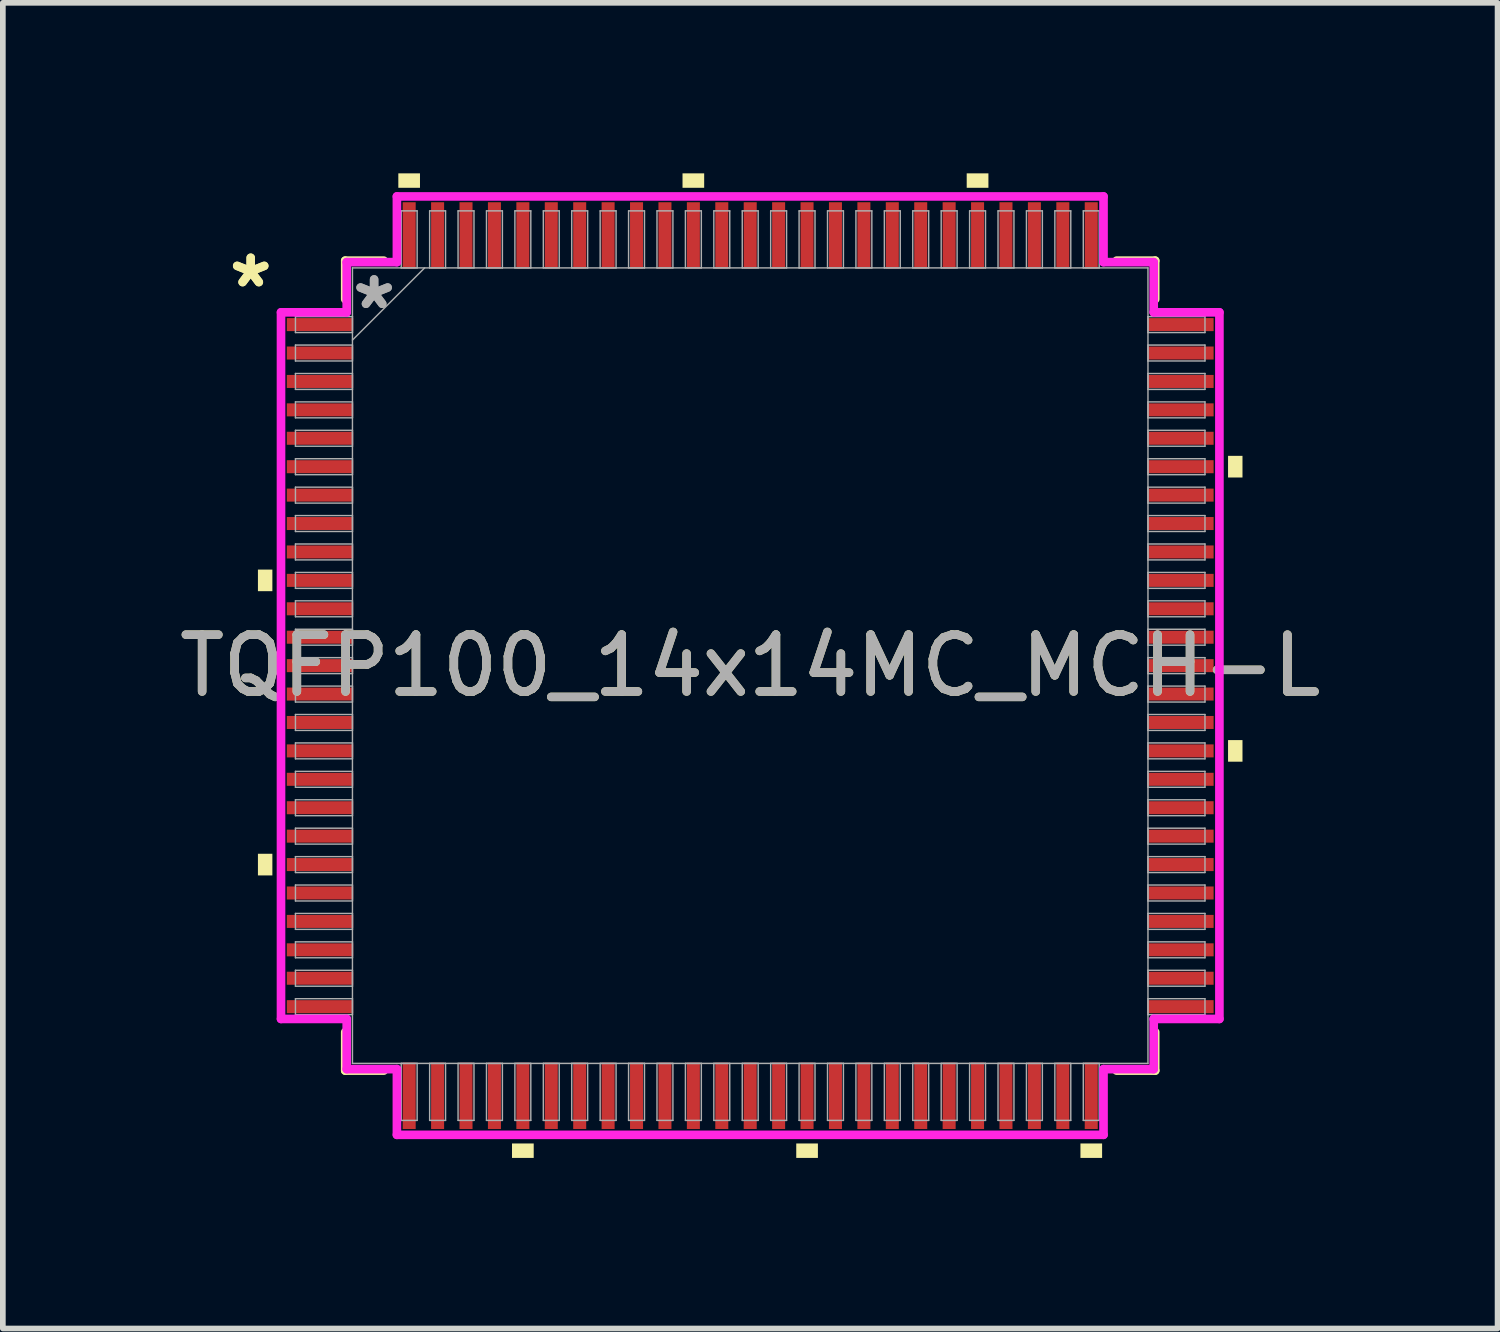
<source format=kicad_pcb>
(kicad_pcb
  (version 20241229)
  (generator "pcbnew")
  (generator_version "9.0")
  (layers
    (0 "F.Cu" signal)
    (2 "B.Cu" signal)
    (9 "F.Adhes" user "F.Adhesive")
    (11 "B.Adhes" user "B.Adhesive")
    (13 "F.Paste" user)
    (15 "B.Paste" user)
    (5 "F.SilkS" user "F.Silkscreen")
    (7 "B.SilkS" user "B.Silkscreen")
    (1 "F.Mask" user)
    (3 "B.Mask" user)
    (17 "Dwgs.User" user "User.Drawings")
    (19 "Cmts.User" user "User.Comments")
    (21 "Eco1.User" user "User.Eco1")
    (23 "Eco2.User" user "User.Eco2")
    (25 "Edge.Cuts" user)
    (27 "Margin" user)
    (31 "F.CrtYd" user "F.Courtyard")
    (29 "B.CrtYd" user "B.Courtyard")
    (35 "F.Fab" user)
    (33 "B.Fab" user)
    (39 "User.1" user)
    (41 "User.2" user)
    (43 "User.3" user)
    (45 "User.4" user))
  (footprint "TQFP100_14x14MC_MCH-L"
    (layer "F.Cu")
    (at 10.149 8.661)
    (property "Reference" "TQFP100_14x14MC_MCH-L" (at 0 0 0) (unlocked yes) (layer "F.SilkS") (effects (font (size 1 1) (thickness 0.15))))
    (attr smd)
    (fp_line (start -7.125 -7.125) (end -7.125 -6.447) (stroke (width 0.152) (type solid)) (layer "F.SilkS"))
    (fp_line (start -7.125 6.447) (end -7.125 7.125) (stroke (width 0.152) (type solid)) (layer "F.SilkS"))
    (fp_line (start -7.125 7.125) (end -6.447 7.125) (stroke (width 0.152) (type solid)) (layer "F.SilkS"))
    (fp_line (start -6.447 -7.125) (end -7.125 -7.125) (stroke (width 0.152) (type solid)) (layer "F.SilkS"))
    (fp_line (start 6.447 7.125) (end 7.125 7.125) (stroke (width 0.152) (type solid)) (layer "F.SilkS"))
    (fp_line (start 7.125 -7.125) (end 6.447 -7.125) (stroke (width 0.152) (type solid)) (layer "F.SilkS"))
    (fp_line (start 7.125 -6.447) (end 7.125 -7.125) (stroke (width 0.152) (type solid)) (layer "F.SilkS"))
    (fp_line (start 7.125 7.125) (end 7.125 6.447) (stroke (width 0.152) (type solid)) (layer "F.SilkS"))
    (fp_poly (pts (xy -8.661 -1.69) (xy -8.661 -1.31) (xy -8.407 -1.31) (xy -8.407 -1.69)) (stroke (width 0) (type solid)) (fill yes) (layer "F.SilkS"))
    (fp_poly (pts (xy -8.661 3.31) (xy -8.661 3.691) (xy -8.407 3.691) (xy -8.407 3.31)) (stroke (width 0) (type solid)) (fill yes) (layer "F.SilkS"))
    (fp_poly (pts (xy -6.191 -8.407) (xy -6.191 -8.661) (xy -5.81 -8.661) (xy -5.81 -8.407)) (stroke (width 0) (type solid)) (fill yes) (layer "F.SilkS"))
    (fp_poly (pts (xy -4.191 8.407) (xy -4.191 8.661) (xy -3.809 8.661) (xy -3.809 8.407)) (stroke (width 0) (type solid)) (fill yes) (layer "F.SilkS"))
    (fp_poly (pts (xy -1.191 -8.407) (xy -1.191 -8.661) (xy -0.81 -8.661) (xy -0.81 -8.407)) (stroke (width 0) (type solid)) (fill yes) (layer "F.SilkS"))
    (fp_poly (pts (xy 0.81 8.407) (xy 0.81 8.661) (xy 1.191 8.661) (xy 1.191 8.407)) (stroke (width 0) (type solid)) (fill yes) (layer "F.SilkS"))
    (fp_poly (pts (xy 3.809 -8.407) (xy 3.809 -8.661) (xy 4.191 -8.661) (xy 4.191 -8.407)) (stroke (width 0) (type solid)) (fill yes) (layer "F.SilkS"))
    (fp_poly (pts (xy 5.81 8.407) (xy 5.81 8.661) (xy 6.191 8.661) (xy 6.191 8.407)) (stroke (width 0) (type solid)) (fill yes) (layer "F.SilkS"))
    (fp_poly (pts (xy 8.661 -3.691) (xy 8.661 -3.31) (xy 8.407 -3.31) (xy 8.407 -3.691)) (stroke (width 0) (type solid)) (fill yes) (layer "F.SilkS"))
    (fp_poly (pts (xy 8.661 1.31) (xy 8.661 1.69) (xy 8.407 1.69) (xy 8.407 1.31)) (stroke (width 0) (type solid)) (fill yes) (layer "F.SilkS"))
    (fp_line (start -8.255 -6.216) (end -7.099 -6.216) (stroke (width 0.152) (type solid)) (layer "F.CrtYd"))
    (fp_line (start -8.255 6.216) (end -8.255 -6.216) (stroke (width 0.152) (type solid)) (layer "F.CrtYd"))
    (fp_line (start -7.099 -7.099) (end -6.216 -7.099) (stroke (width 0.152) (type solid)) (layer "F.CrtYd"))
    (fp_line (start -7.099 -6.216) (end -7.099 -7.099) (stroke (width 0.152) (type solid)) (layer "F.CrtYd"))
    (fp_line (start -7.099 6.216) (end -8.255 6.216) (stroke (width 0.152) (type solid)) (layer "F.CrtYd"))
    (fp_line (start -7.099 7.099) (end -7.099 6.216) (stroke (width 0.152) (type solid)) (layer "F.CrtYd"))
    (fp_line (start -7.099 7.099) (end -6.216 7.099) (stroke (width 0.152) (type solid)) (layer "F.CrtYd"))
    (fp_line (start -6.216 -8.255) (end 6.216 -8.255) (stroke (width 0.152) (type solid)) (layer "F.CrtYd"))
    (fp_line (start -6.216 -7.099) (end -6.216 -8.255) (stroke (width 0.152) (type solid)) (layer "F.CrtYd"))
    (fp_line (start -6.216 7.099) (end -6.216 8.255) (stroke (width 0.152) (type solid)) (layer "F.CrtYd"))
    (fp_line (start -6.216 8.255) (end 6.216 8.255) (stroke (width 0.152) (type solid)) (layer "F.CrtYd"))
    (fp_line (start 6.216 -8.255) (end 6.216 -7.099) (stroke (width 0.152) (type solid)) (layer "F.CrtYd"))
    (fp_line (start 6.216 -7.099) (end 7.099 -7.099) (stroke (width 0.152) (type solid)) (layer "F.CrtYd"))
    (fp_line (start 6.216 7.099) (end 7.099 7.099) (stroke (width 0.152) (type solid)) (layer "F.CrtYd"))
    (fp_line (start 6.216 8.255) (end 6.216 7.099) (stroke (width 0.152) (type solid)) (layer "F.CrtYd"))
    (fp_line (start 7.099 -6.216) (end 7.099 -7.099) (stroke (width 0.152) (type solid)) (layer "F.CrtYd"))
    (fp_line (start 7.099 6.216) (end 8.255 6.216) (stroke (width 0.152) (type solid)) (layer "F.CrtYd"))
    (fp_line (start 7.099 7.099) (end 7.099 6.216) (stroke (width 0.152) (type solid)) (layer "F.CrtYd"))
    (fp_line (start 8.255 -6.216) (end 7.099 -6.216) (stroke (width 0.152) (type solid)) (layer "F.CrtYd"))
    (fp_line (start 8.255 6.216) (end 8.255 -6.216) (stroke (width 0.152) (type solid)) (layer "F.CrtYd"))
    (fp_line (start -8.001 -6.14) (end -8.001 -5.86) (stroke (width 0.025) (type solid)) (layer "F.Fab"))
    (fp_line (start -8.001 -5.86) (end -6.998 -5.86) (stroke (width 0.025) (type solid)) (layer "F.Fab"))
    (fp_line (start -8.001 -5.64) (end -8.001 -5.36) (stroke (width 0.025) (type solid)) (layer "F.Fab"))
    (fp_line (start -8.001 -5.36) (end -6.998 -5.36) (stroke (width 0.025) (type solid)) (layer "F.Fab"))
    (fp_line (start -8.001 -5.14) (end -8.001 -4.86) (stroke (width 0.025) (type solid)) (layer "F.Fab"))
    (fp_line (start -8.001 -4.86) (end -6.998 -4.86) (stroke (width 0.025) (type solid)) (layer "F.Fab"))
    (fp_line (start -8.001 -4.64) (end -8.001 -4.36) (stroke (width 0.025) (type solid)) (layer "F.Fab"))
    (fp_line (start -8.001 -4.36) (end -6.998 -4.36) (stroke (width 0.025) (type solid)) (layer "F.Fab"))
    (fp_line (start -8.001 -4.14) (end -8.001 -3.86) (stroke (width 0.025) (type solid)) (layer "F.Fab"))
    (fp_line (start -8.001 -3.86) (end -6.998 -3.86) (stroke (width 0.025) (type solid)) (layer "F.Fab"))
    (fp_line (start -8.001 -3.64) (end -8.001 -3.36) (stroke (width 0.025) (type solid)) (layer "F.Fab"))
    (fp_line (start -8.001 -3.36) (end -6.998 -3.36) (stroke (width 0.025) (type solid)) (layer "F.Fab"))
    (fp_line (start -8.001 -3.14) (end -8.001 -2.86) (stroke (width 0.025) (type solid)) (layer "F.Fab"))
    (fp_line (start -8.001 -2.86) (end -6.998 -2.86) (stroke (width 0.025) (type solid)) (layer "F.Fab"))
    (fp_line (start -8.001 -2.64) (end -8.001 -2.36) (stroke (width 0.025) (type solid)) (layer "F.Fab"))
    (fp_line (start -8.001 -2.36) (end -6.998 -2.36) (stroke (width 0.025) (type solid)) (layer "F.Fab"))
    (fp_line (start -8.001 -2.14) (end -8.001 -1.86) (stroke (width 0.025) (type solid)) (layer "F.Fab"))
    (fp_line (start -8.001 -1.86) (end -6.998 -1.86) (stroke (width 0.025) (type solid)) (layer "F.Fab"))
    (fp_line (start -8.001 -1.64) (end -8.001 -1.36) (stroke (width 0.025) (type solid)) (layer "F.Fab"))
    (fp_line (start -8.001 -1.36) (end -6.998 -1.36) (stroke (width 0.025) (type solid)) (layer "F.Fab"))
    (fp_line (start -8.001 -1.14) (end -8.001 -0.86) (stroke (width 0.025) (type solid)) (layer "F.Fab"))
    (fp_line (start -8.001 -0.86) (end -6.998 -0.86) (stroke (width 0.025) (type solid)) (layer "F.Fab"))
    (fp_line (start -8.001 -0.64) (end -8.001 -0.36) (stroke (width 0.025) (type solid)) (layer "F.Fab"))
    (fp_line (start -8.001 -0.36) (end -6.998 -0.36) (stroke (width 0.025) (type solid)) (layer "F.Fab"))
    (fp_line (start -8.001 -0.14) (end -8.001 0.14) (stroke (width 0.025) (type solid)) (layer "F.Fab"))
    (fp_line (start -8.001 0.14) (end -6.998 0.14) (stroke (width 0.025) (type solid)) (layer "F.Fab"))
    (fp_line (start -8.001 0.36) (end -8.001 0.64) (stroke (width 0.025) (type solid)) (layer "F.Fab"))
    (fp_line (start -8.001 0.64) (end -6.998 0.64) (stroke (width 0.025) (type solid)) (layer "F.Fab"))
    (fp_line (start -8.001 0.86) (end -8.001 1.14) (stroke (width 0.025) (type solid)) (layer "F.Fab"))
    (fp_line (start -8.001 1.14) (end -6.998 1.14) (stroke (width 0.025) (type solid)) (layer "F.Fab"))
    (fp_line (start -8.001 1.36) (end -8.001 1.64) (stroke (width 0.025) (type solid)) (layer "F.Fab"))
    (fp_line (start -8.001 1.64) (end -6.998 1.64) (stroke (width 0.025) (type solid)) (layer "F.Fab"))
    (fp_line (start -8.001 1.86) (end -8.001 2.14) (stroke (width 0.025) (type solid)) (layer "F.Fab"))
    (fp_line (start -8.001 2.14) (end -6.998 2.14) (stroke (width 0.025) (type solid)) (layer "F.Fab"))
    (fp_line (start -8.001 2.36) (end -8.001 2.64) (stroke (width 0.025) (type solid)) (layer "F.Fab"))
    (fp_line (start -8.001 2.64) (end -6.998 2.64) (stroke (width 0.025) (type solid)) (layer "F.Fab"))
    (fp_line (start -8.001 2.86) (end -8.001 3.14) (stroke (width 0.025) (type solid)) (layer "F.Fab"))
    (fp_line (start -8.001 3.14) (end -6.998 3.14) (stroke (width 0.025) (type solid)) (layer "F.Fab"))
    (fp_line (start -8.001 3.36) (end -8.001 3.64) (stroke (width 0.025) (type solid)) (layer "F.Fab"))
    (fp_line (start -8.001 3.64) (end -6.998 3.64) (stroke (width 0.025) (type solid)) (layer "F.Fab"))
    (fp_line (start -8.001 3.86) (end -8.001 4.14) (stroke (width 0.025) (type solid)) (layer "F.Fab"))
    (fp_line (start -8.001 4.14) (end -6.998 4.14) (stroke (width 0.025) (type solid)) (layer "F.Fab"))
    (fp_line (start -8.001 4.36) (end -8.001 4.64) (stroke (width 0.025) (type solid)) (layer "F.Fab"))
    (fp_line (start -8.001 4.64) (end -6.998 4.64) (stroke (width 0.025) (type solid)) (layer "F.Fab"))
    (fp_line (start -8.001 4.86) (end -8.001 5.14) (stroke (width 0.025) (type solid)) (layer "F.Fab"))
    (fp_line (start -8.001 5.14) (end -6.998 5.14) (stroke (width 0.025) (type solid)) (layer "F.Fab"))
    (fp_line (start -8.001 5.36) (end -8.001 5.64) (stroke (width 0.025) (type solid)) (layer "F.Fab"))
    (fp_line (start -8.001 5.64) (end -6.998 5.64) (stroke (width 0.025) (type solid)) (layer "F.Fab"))
    (fp_line (start -8.001 5.86) (end -8.001 6.14) (stroke (width 0.025) (type solid)) (layer "F.Fab"))
    (fp_line (start -8.001 6.14) (end -6.998 6.14) (stroke (width 0.025) (type solid)) (layer "F.Fab"))
    (fp_line (start -6.998 -6.998) (end -6.998 6.998) (stroke (width 0.025) (type solid)) (layer "F.Fab"))
    (fp_line (start -6.998 -6.14) (end -8.001 -6.14) (stroke (width 0.025) (type solid)) (layer "F.Fab"))
    (fp_line (start -6.998 -5.86) (end -6.998 -6.14) (stroke (width 0.025) (type solid)) (layer "F.Fab"))
    (fp_line (start -6.998 -5.728) (end -5.728 -6.998) (stroke (width 0.025) (type solid)) (layer "F.Fab"))
    (fp_line (start -6.998 -5.64) (end -8.001 -5.64) (stroke (width 0.025) (type solid)) (layer "F.Fab"))
    (fp_line (start -6.998 -5.36) (end -6.998 -5.64) (stroke (width 0.025) (type solid)) (layer "F.Fab"))
    (fp_line (start -6.998 -5.14) (end -8.001 -5.14) (stroke (width 0.025) (type solid)) (layer "F.Fab"))
    (fp_line (start -6.998 -4.86) (end -6.998 -5.14) (stroke (width 0.025) (type solid)) (layer "F.Fab"))
    (fp_line (start -6.998 -4.64) (end -8.001 -4.64) (stroke (width 0.025) (type solid)) (layer "F.Fab"))
    (fp_line (start -6.998 -4.36) (end -6.998 -4.64) (stroke (width 0.025) (type solid)) (layer "F.Fab"))
    (fp_line (start -6.998 -4.14) (end -8.001 -4.14) (stroke (width 0.025) (type solid)) (layer "F.Fab"))
    (fp_line (start -6.998 -3.86) (end -6.998 -4.14) (stroke (width 0.025) (type solid)) (layer "F.Fab"))
    (fp_line (start -6.998 -3.64) (end -8.001 -3.64) (stroke (width 0.025) (type solid)) (layer "F.Fab"))
    (fp_line (start -6.998 -3.36) (end -6.998 -3.64) (stroke (width 0.025) (type solid)) (layer "F.Fab"))
    (fp_line (start -6.998 -3.14) (end -8.001 -3.14) (stroke (width 0.025) (type solid)) (layer "F.Fab"))
    (fp_line (start -6.998 -2.86) (end -6.998 -3.14) (stroke (width 0.025) (type solid)) (layer "F.Fab"))
    (fp_line (start -6.998 -2.64) (end -8.001 -2.64) (stroke (width 0.025) (type solid)) (layer "F.Fab"))
    (fp_line (start -6.998 -2.36) (end -6.998 -2.64) (stroke (width 0.025) (type solid)) (layer "F.Fab"))
    (fp_line (start -6.998 -2.14) (end -8.001 -2.14) (stroke (width 0.025) (type solid)) (layer "F.Fab"))
    (fp_line (start -6.998 -1.86) (end -6.998 -2.14) (stroke (width 0.025) (type solid)) (layer "F.Fab"))
    (fp_line (start -6.998 -1.64) (end -8.001 -1.64) (stroke (width 0.025) (type solid)) (layer "F.Fab"))
    (fp_line (start -6.998 -1.36) (end -6.998 -1.64) (stroke (width 0.025) (type solid)) (layer "F.Fab"))
    (fp_line (start -6.998 -1.14) (end -8.001 -1.14) (stroke (width 0.025) (type solid)) (layer "F.Fab"))
    (fp_line (start -6.998 -0.86) (end -6.998 -1.14) (stroke (width 0.025) (type solid)) (layer "F.Fab"))
    (fp_line (start -6.998 -0.64) (end -8.001 -0.64) (stroke (width 0.025) (type solid)) (layer "F.Fab"))
    (fp_line (start -6.998 -0.36) (end -6.998 -0.64) (stroke (width 0.025) (type solid)) (layer "F.Fab"))
    (fp_line (start -6.998 -0.14) (end -8.001 -0.14) (stroke (width 0.025) (type solid)) (layer "F.Fab"))
    (fp_line (start -6.998 0.14) (end -6.998 -0.14) (stroke (width 0.025) (type solid)) (layer "F.Fab"))
    (fp_line (start -6.998 0.36) (end -8.001 0.36) (stroke (width 0.025) (type solid)) (layer "F.Fab"))
    (fp_line (start -6.998 0.64) (end -6.998 0.36) (stroke (width 0.025) (type solid)) (layer "F.Fab"))
    (fp_line (start -6.998 0.86) (end -8.001 0.86) (stroke (width 0.025) (type solid)) (layer "F.Fab"))
    (fp_line (start -6.998 1.14) (end -6.998 0.86) (stroke (width 0.025) (type solid)) (layer "F.Fab"))
    (fp_line (start -6.998 1.36) (end -8.001 1.36) (stroke (width 0.025) (type solid)) (layer "F.Fab"))
    (fp_line (start -6.998 1.64) (end -6.998 1.36) (stroke (width 0.025) (type solid)) (layer "F.Fab"))
    (fp_line (start -6.998 1.86) (end -8.001 1.86) (stroke (width 0.025) (type solid)) (layer "F.Fab"))
    (fp_line (start -6.998 2.14) (end -6.998 1.86) (stroke (width 0.025) (type solid)) (layer "F.Fab"))
    (fp_line (start -6.998 2.36) (end -8.001 2.36) (stroke (width 0.025) (type solid)) (layer "F.Fab"))
    (fp_line (start -6.998 2.64) (end -6.998 2.36) (stroke (width 0.025) (type solid)) (layer "F.Fab"))
    (fp_line (start -6.998 2.86) (end -8.001 2.86) (stroke (width 0.025) (type solid)) (layer "F.Fab"))
    (fp_line (start -6.998 3.14) (end -6.998 2.86) (stroke (width 0.025) (type solid)) (layer "F.Fab"))
    (fp_line (start -6.998 3.36) (end -8.001 3.36) (stroke (width 0.025) (type solid)) (layer "F.Fab"))
    (fp_line (start -6.998 3.64) (end -6.998 3.36) (stroke (width 0.025) (type solid)) (layer "F.Fab"))
    (fp_line (start -6.998 3.86) (end -8.001 3.86) (stroke (width 0.025) (type solid)) (layer "F.Fab"))
    (fp_line (start -6.998 4.14) (end -6.998 3.86) (stroke (width 0.025) (type solid)) (layer "F.Fab"))
    (fp_line (start -6.998 4.36) (end -8.001 4.36) (stroke (width 0.025) (type solid)) (layer "F.Fab"))
    (fp_line (start -6.998 4.64) (end -6.998 4.36) (stroke (width 0.025) (type solid)) (layer "F.Fab"))
    (fp_line (start -6.998 4.86) (end -8.001 4.86) (stroke (width 0.025) (type solid)) (layer "F.Fab"))
    (fp_line (start -6.998 5.14) (end -6.998 4.86) (stroke (width 0.025) (type solid)) (layer "F.Fab"))
    (fp_line (start -6.998 5.36) (end -8.001 5.36) (stroke (width 0.025) (type solid)) (layer "F.Fab"))
    (fp_line (start -6.998 5.64) (end -6.998 5.36) (stroke (width 0.025) (type solid)) (layer "F.Fab"))
    (fp_line (start -6.998 5.86) (end -8.001 5.86) (stroke (width 0.025) (type solid)) (layer "F.Fab"))
    (fp_line (start -6.998 6.14) (end -6.998 5.86) (stroke (width 0.025) (type solid)) (layer "F.Fab"))
    (fp_line (start -6.998 6.998) (end 6.998 6.998) (stroke (width 0.025) (type solid)) (layer "F.Fab"))
    (fp_line (start -6.14 -8.001) (end -6.14 -6.998) (stroke (width 0.025) (type solid)) (layer "F.Fab"))
    (fp_line (start -6.14 -6.998) (end -5.86 -6.998) (stroke (width 0.025) (type solid)) (layer "F.Fab"))
    (fp_line (start -6.14 6.998) (end -6.14 8.001) (stroke (width 0.025) (type solid)) (layer "F.Fab"))
    (fp_line (start -6.14 8.001) (end -5.86 8.001) (stroke (width 0.025) (type solid)) (layer "F.Fab"))
    (fp_line (start -5.86 -8.001) (end -6.14 -8.001) (stroke (width 0.025) (type solid)) (layer "F.Fab"))
    (fp_line (start -5.86 -6.998) (end -5.86 -8.001) (stroke (width 0.025) (type solid)) (layer "F.Fab"))
    (fp_line (start -5.86 6.998) (end -6.14 6.998) (stroke (width 0.025) (type solid)) (layer "F.Fab"))
    (fp_line (start -5.86 8.001) (end -5.86 6.998) (stroke (width 0.025) (type solid)) (layer "F.Fab"))
    (fp_line (start -5.64 -8.001) (end -5.64 -6.998) (stroke (width 0.025) (type solid)) (layer "F.Fab"))
    (fp_line (start -5.64 -6.998) (end -5.36 -6.998) (stroke (width 0.025) (type solid)) (layer "F.Fab"))
    (fp_line (start -5.64 6.998) (end -5.64 8.001) (stroke (width 0.025) (type solid)) (layer "F.Fab"))
    (fp_line (start -5.64 8.001) (end -5.36 8.001) (stroke (width 0.025) (type solid)) (layer "F.Fab"))
    (fp_line (start -5.36 -8.001) (end -5.64 -8.001) (stroke (width 0.025) (type solid)) (layer "F.Fab"))
    (fp_line (start -5.36 -6.998) (end -5.36 -8.001) (stroke (width 0.025) (type solid)) (layer "F.Fab"))
    (fp_line (start -5.36 6.998) (end -5.64 6.998) (stroke (width 0.025) (type solid)) (layer "F.Fab"))
    (fp_line (start -5.36 8.001) (end -5.36 6.998) (stroke (width 0.025) (type solid)) (layer "F.Fab"))
    (fp_line (start -5.14 -8.001) (end -5.14 -6.998) (stroke (width 0.025) (type solid)) (layer "F.Fab"))
    (fp_line (start -5.14 -6.998) (end -4.86 -6.998) (stroke (width 0.025) (type solid)) (layer "F.Fab"))
    (fp_line (start -5.14 6.998) (end -5.14 8.001) (stroke (width 0.025) (type solid)) (layer "F.Fab"))
    (fp_line (start -5.14 8.001) (end -4.86 8.001) (stroke (width 0.025) (type solid)) (layer "F.Fab"))
    (fp_line (start -4.86 -8.001) (end -5.14 -8.001) (stroke (width 0.025) (type solid)) (layer "F.Fab"))
    (fp_line (start -4.86 -6.998) (end -4.86 -8.001) (stroke (width 0.025) (type solid)) (layer "F.Fab"))
    (fp_line (start -4.86 6.998) (end -5.14 6.998) (stroke (width 0.025) (type solid)) (layer "F.Fab"))
    (fp_line (start -4.86 8.001) (end -4.86 6.998) (stroke (width 0.025) (type solid)) (layer "F.Fab"))
    (fp_line (start -4.64 -8.001) (end -4.64 -6.998) (stroke (width 0.025) (type solid)) (layer "F.Fab"))
    (fp_line (start -4.64 -6.998) (end -4.36 -6.998) (stroke (width 0.025) (type solid)) (layer "F.Fab"))
    (fp_line (start -4.64 6.998) (end -4.64 8.001) (stroke (width 0.025) (type solid)) (layer "F.Fab"))
    (fp_line (start -4.64 8.001) (end -4.36 8.001) (stroke (width 0.025) (type solid)) (layer "F.Fab"))
    (fp_line (start -4.36 -8.001) (end -4.64 -8.001) (stroke (width 0.025) (type solid)) (layer "F.Fab"))
    (fp_line (start -4.36 -6.998) (end -4.36 -8.001) (stroke (width 0.025) (type solid)) (layer "F.Fab"))
    (fp_line (start -4.36 6.998) (end -4.64 6.998) (stroke (width 0.025) (type solid)) (layer "F.Fab"))
    (fp_line (start -4.36 8.001) (end -4.36 6.998) (stroke (width 0.025) (type solid)) (layer "F.Fab"))
    (fp_line (start -4.14 -8.001) (end -4.14 -6.998) (stroke (width 0.025) (type solid)) (layer "F.Fab"))
    (fp_line (start -4.14 -6.998) (end -3.86 -6.998) (stroke (width 0.025) (type solid)) (layer "F.Fab"))
    (fp_line (start -4.14 6.998) (end -4.14 8.001) (stroke (width 0.025) (type solid)) (layer "F.Fab"))
    (fp_line (start -4.14 8.001) (end -3.86 8.001) (stroke (width 0.025) (type solid)) (layer "F.Fab"))
    (fp_line (start -3.86 -8.001) (end -4.14 -8.001) (stroke (width 0.025) (type solid)) (layer "F.Fab"))
    (fp_line (start -3.86 -6.998) (end -3.86 -8.001) (stroke (width 0.025) (type solid)) (layer "F.Fab"))
    (fp_line (start -3.86 6.998) (end -4.14 6.998) (stroke (width 0.025) (type solid)) (layer "F.Fab"))
    (fp_line (start -3.86 8.001) (end -3.86 6.998) (stroke (width 0.025) (type solid)) (layer "F.Fab"))
    (fp_line (start -3.64 -8.001) (end -3.64 -6.998) (stroke (width 0.025) (type solid)) (layer "F.Fab"))
    (fp_line (start -3.64 -6.998) (end -3.36 -6.998) (stroke (width 0.025) (type solid)) (layer "F.Fab"))
    (fp_line (start -3.64 6.998) (end -3.64 8.001) (stroke (width 0.025) (type solid)) (layer "F.Fab"))
    (fp_line (start -3.64 8.001) (end -3.36 8.001) (stroke (width 0.025) (type solid)) (layer "F.Fab"))
    (fp_line (start -3.36 -8.001) (end -3.64 -8.001) (stroke (width 0.025) (type solid)) (layer "F.Fab"))
    (fp_line (start -3.36 -6.998) (end -3.36 -8.001) (stroke (width 0.025) (type solid)) (layer "F.Fab"))
    (fp_line (start -3.36 6.998) (end -3.64 6.998) (stroke (width 0.025) (type solid)) (layer "F.Fab"))
    (fp_line (start -3.36 8.001) (end -3.36 6.998) (stroke (width 0.025) (type solid)) (layer "F.Fab"))
    (fp_line (start -3.14 -8.001) (end -3.14 -6.998) (stroke (width 0.025) (type solid)) (layer "F.Fab"))
    (fp_line (start -3.14 -6.998) (end -2.86 -6.998) (stroke (width 0.025) (type solid)) (layer "F.Fab"))
    (fp_line (start -3.14 6.998) (end -3.14 8.001) (stroke (width 0.025) (type solid)) (layer "F.Fab"))
    (fp_line (start -3.14 8.001) (end -2.86 8.001) (stroke (width 0.025) (type solid)) (layer "F.Fab"))
    (fp_line (start -2.86 -8.001) (end -3.14 -8.001) (stroke (width 0.025) (type solid)) (layer "F.Fab"))
    (fp_line (start -2.86 -6.998) (end -2.86 -8.001) (stroke (width 0.025) (type solid)) (layer "F.Fab"))
    (fp_line (start -2.86 6.998) (end -3.14 6.998) (stroke (width 0.025) (type solid)) (layer "F.Fab"))
    (fp_line (start -2.86 8.001) (end -2.86 6.998) (stroke (width 0.025) (type solid)) (layer "F.Fab"))
    (fp_line (start -2.64 -8.001) (end -2.64 -6.998) (stroke (width 0.025) (type solid)) (layer "F.Fab"))
    (fp_line (start -2.64 -6.998) (end -2.36 -6.998) (stroke (width 0.025) (type solid)) (layer "F.Fab"))
    (fp_line (start -2.64 6.998) (end -2.64 8.001) (stroke (width 0.025) (type solid)) (layer "F.Fab"))
    (fp_line (start -2.64 8.001) (end -2.36 8.001) (stroke (width 0.025) (type solid)) (layer "F.Fab"))
    (fp_line (start -2.36 -8.001) (end -2.64 -8.001) (stroke (width 0.025) (type solid)) (layer "F.Fab"))
    (fp_line (start -2.36 -6.998) (end -2.36 -8.001) (stroke (width 0.025) (type solid)) (layer "F.Fab"))
    (fp_line (start -2.36 6.998) (end -2.64 6.998) (stroke (width 0.025) (type solid)) (layer "F.Fab"))
    (fp_line (start -2.36 8.001) (end -2.36 6.998) (stroke (width 0.025) (type solid)) (layer "F.Fab"))
    (fp_line (start -2.14 -8.001) (end -2.14 -6.998) (stroke (width 0.025) (type solid)) (layer "F.Fab"))
    (fp_line (start -2.14 -6.998) (end -1.86 -6.998) (stroke (width 0.025) (type solid)) (layer "F.Fab"))
    (fp_line (start -2.14 6.998) (end -2.14 8.001) (stroke (width 0.025) (type solid)) (layer "F.Fab"))
    (fp_line (start -2.14 8.001) (end -1.86 8.001) (stroke (width 0.025) (type solid)) (layer "F.Fab"))
    (fp_line (start -1.86 -8.001) (end -2.14 -8.001) (stroke (width 0.025) (type solid)) (layer "F.Fab"))
    (fp_line (start -1.86 -6.998) (end -1.86 -8.001) (stroke (width 0.025) (type solid)) (layer "F.Fab"))
    (fp_line (start -1.86 6.998) (end -2.14 6.998) (stroke (width 0.025) (type solid)) (layer "F.Fab"))
    (fp_line (start -1.86 8.001) (end -1.86 6.998) (stroke (width 0.025) (type solid)) (layer "F.Fab"))
    (fp_line (start -1.64 -8.001) (end -1.64 -6.998) (stroke (width 0.025) (type solid)) (layer "F.Fab"))
    (fp_line (start -1.64 -6.998) (end -1.36 -6.998) (stroke (width 0.025) (type solid)) (layer "F.Fab"))
    (fp_line (start -1.64 6.998) (end -1.64 8.001) (stroke (width 0.025) (type solid)) (layer "F.Fab"))
    (fp_line (start -1.64 8.001) (end -1.36 8.001) (stroke (width 0.025) (type solid)) (layer "F.Fab"))
    (fp_line (start -1.36 -8.001) (end -1.64 -8.001) (stroke (width 0.025) (type solid)) (layer "F.Fab"))
    (fp_line (start -1.36 -6.998) (end -1.36 -8.001) (stroke (width 0.025) (type solid)) (layer "F.Fab"))
    (fp_line (start -1.36 6.998) (end -1.64 6.998) (stroke (width 0.025) (type solid)) (layer "F.Fab"))
    (fp_line (start -1.36 8.001) (end -1.36 6.998) (stroke (width 0.025) (type solid)) (layer "F.Fab"))
    (fp_line (start -1.14 -8.001) (end -1.14 -6.998) (stroke (width 0.025) (type solid)) (layer "F.Fab"))
    (fp_line (start -1.14 -6.998) (end -0.86 -6.998) (stroke (width 0.025) (type solid)) (layer "F.Fab"))
    (fp_line (start -1.14 6.998) (end -1.14 8.001) (stroke (width 0.025) (type solid)) (layer "F.Fab"))
    (fp_line (start -1.14 8.001) (end -0.86 8.001) (stroke (width 0.025) (type solid)) (layer "F.Fab"))
    (fp_line (start -0.86 -8.001) (end -1.14 -8.001) (stroke (width 0.025) (type solid)) (layer "F.Fab"))
    (fp_line (start -0.86 -6.998) (end -0.86 -8.001) (stroke (width 0.025) (type solid)) (layer "F.Fab"))
    (fp_line (start -0.86 6.998) (end -1.14 6.998) (stroke (width 0.025) (type solid)) (layer "F.Fab"))
    (fp_line (start -0.86 8.001) (end -0.86 6.998) (stroke (width 0.025) (type solid)) (layer "F.Fab"))
    (fp_line (start -0.64 -8.001) (end -0.64 -6.998) (stroke (width 0.025) (type solid)) (layer "F.Fab"))
    (fp_line (start -0.64 -6.998) (end -0.36 -6.998) (stroke (width 0.025) (type solid)) (layer "F.Fab"))
    (fp_line (start -0.64 6.998) (end -0.64 8.001) (stroke (width 0.025) (type solid)) (layer "F.Fab"))
    (fp_line (start -0.64 8.001) (end -0.36 8.001) (stroke (width 0.025) (type solid)) (layer "F.Fab"))
    (fp_line (start -0.36 -8.001) (end -0.64 -8.001) (stroke (width 0.025) (type solid)) (layer "F.Fab"))
    (fp_line (start -0.36 -6.998) (end -0.36 -8.001) (stroke (width 0.025) (type solid)) (layer "F.Fab"))
    (fp_line (start -0.36 6.998) (end -0.64 6.998) (stroke (width 0.025) (type solid)) (layer "F.Fab"))
    (fp_line (start -0.36 8.001) (end -0.36 6.998) (stroke (width 0.025) (type solid)) (layer "F.Fab"))
    (fp_line (start -0.14 -8.001) (end -0.14 -6.998) (stroke (width 0.025) (type solid)) (layer "F.Fab"))
    (fp_line (start -0.14 -6.998) (end 0.14 -6.998) (stroke (width 0.025) (type solid)) (layer "F.Fab"))
    (fp_line (start -0.14 6.998) (end -0.14 8.001) (stroke (width 0.025) (type solid)) (layer "F.Fab"))
    (fp_line (start -0.14 8.001) (end 0.14 8.001) (stroke (width 0.025) (type solid)) (layer "F.Fab"))
    (fp_line (start 0.14 -8.001) (end -0.14 -8.001) (stroke (width 0.025) (type solid)) (layer "F.Fab"))
    (fp_line (start 0.14 -6.998) (end 0.14 -8.001) (stroke (width 0.025) (type solid)) (layer "F.Fab"))
    (fp_line (start 0.14 6.998) (end -0.14 6.998) (stroke (width 0.025) (type solid)) (layer "F.Fab"))
    (fp_line (start 0.14 8.001) (end 0.14 6.998) (stroke (width 0.025) (type solid)) (layer "F.Fab"))
    (fp_line (start 0.36 -8.001) (end 0.36 -6.998) (stroke (width 0.025) (type solid)) (layer "F.Fab"))
    (fp_line (start 0.36 -6.998) (end 0.64 -6.998) (stroke (width 0.025) (type solid)) (layer "F.Fab"))
    (fp_line (start 0.36 6.998) (end 0.36 8.001) (stroke (width 0.025) (type solid)) (layer "F.Fab"))
    (fp_line (start 0.36 8.001) (end 0.64 8.001) (stroke (width 0.025) (type solid)) (layer "F.Fab"))
    (fp_line (start 0.64 -8.001) (end 0.36 -8.001) (stroke (width 0.025) (type solid)) (layer "F.Fab"))
    (fp_line (start 0.64 -6.998) (end 0.64 -8.001) (stroke (width 0.025) (type solid)) (layer "F.Fab"))
    (fp_line (start 0.64 6.998) (end 0.36 6.998) (stroke (width 0.025) (type solid)) (layer "F.Fab"))
    (fp_line (start 0.64 8.001) (end 0.64 6.998) (stroke (width 0.025) (type solid)) (layer "F.Fab"))
    (fp_line (start 0.86 -8.001) (end 0.86 -6.998) (stroke (width 0.025) (type solid)) (layer "F.Fab"))
    (fp_line (start 0.86 -6.998) (end 1.14 -6.998) (stroke (width 0.025) (type solid)) (layer "F.Fab"))
    (fp_line (start 0.86 6.998) (end 0.86 8.001) (stroke (width 0.025) (type solid)) (layer "F.Fab"))
    (fp_line (start 0.86 8.001) (end 1.14 8.001) (stroke (width 0.025) (type solid)) (layer "F.Fab"))
    (fp_line (start 1.14 -8.001) (end 0.86 -8.001) (stroke (width 0.025) (type solid)) (layer "F.Fab"))
    (fp_line (start 1.14 -6.998) (end 1.14 -8.001) (stroke (width 0.025) (type solid)) (layer "F.Fab"))
    (fp_line (start 1.14 6.998) (end 0.86 6.998) (stroke (width 0.025) (type solid)) (layer "F.Fab"))
    (fp_line (start 1.14 8.001) (end 1.14 6.998) (stroke (width 0.025) (type solid)) (layer "F.Fab"))
    (fp_line (start 1.36 -8.001) (end 1.36 -6.998) (stroke (width 0.025) (type solid)) (layer "F.Fab"))
    (fp_line (start 1.36 -6.998) (end 1.64 -6.998) (stroke (width 0.025) (type solid)) (layer "F.Fab"))
    (fp_line (start 1.36 6.998) (end 1.36 8.001) (stroke (width 0.025) (type solid)) (layer "F.Fab"))
    (fp_line (start 1.36 8.001) (end 1.64 8.001) (stroke (width 0.025) (type solid)) (layer "F.Fab"))
    (fp_line (start 1.64 -8.001) (end 1.36 -8.001) (stroke (width 0.025) (type solid)) (layer "F.Fab"))
    (fp_line (start 1.64 -6.998) (end 1.64 -8.001) (stroke (width 0.025) (type solid)) (layer "F.Fab"))
    (fp_line (start 1.64 6.998) (end 1.36 6.998) (stroke (width 0.025) (type solid)) (layer "F.Fab"))
    (fp_line (start 1.64 8.001) (end 1.64 6.998) (stroke (width 0.025) (type solid)) (layer "F.Fab"))
    (fp_line (start 1.86 -8.001) (end 1.86 -6.998) (stroke (width 0.025) (type solid)) (layer "F.Fab"))
    (fp_line (start 1.86 -6.998) (end 2.14 -6.998) (stroke (width 0.025) (type solid)) (layer "F.Fab"))
    (fp_line (start 1.86 6.998) (end 1.86 8.001) (stroke (width 0.025) (type solid)) (layer "F.Fab"))
    (fp_line (start 1.86 8.001) (end 2.14 8.001) (stroke (width 0.025) (type solid)) (layer "F.Fab"))
    (fp_line (start 2.14 -8.001) (end 1.86 -8.001) (stroke (width 0.025) (type solid)) (layer "F.Fab"))
    (fp_line (start 2.14 -6.998) (end 2.14 -8.001) (stroke (width 0.025) (type solid)) (layer "F.Fab"))
    (fp_line (start 2.14 6.998) (end 1.86 6.998) (stroke (width 0.025) (type solid)) (layer "F.Fab"))
    (fp_line (start 2.14 8.001) (end 2.14 6.998) (stroke (width 0.025) (type solid)) (layer "F.Fab"))
    (fp_line (start 2.36 -8.001) (end 2.36 -6.998) (stroke (width 0.025) (type solid)) (layer "F.Fab"))
    (fp_line (start 2.36 -6.998) (end 2.64 -6.998) (stroke (width 0.025) (type solid)) (layer "F.Fab"))
    (fp_line (start 2.36 6.998) (end 2.36 8.001) (stroke (width 0.025) (type solid)) (layer "F.Fab"))
    (fp_line (start 2.36 8.001) (end 2.64 8.001) (stroke (width 0.025) (type solid)) (layer "F.Fab"))
    (fp_line (start 2.64 -8.001) (end 2.36 -8.001) (stroke (width 0.025) (type solid)) (layer "F.Fab"))
    (fp_line (start 2.64 -6.998) (end 2.64 -8.001) (stroke (width 0.025) (type solid)) (layer "F.Fab"))
    (fp_line (start 2.64 6.998) (end 2.36 6.998) (stroke (width 0.025) (type solid)) (layer "F.Fab"))
    (fp_line (start 2.64 8.001) (end 2.64 6.998) (stroke (width 0.025) (type solid)) (layer "F.Fab"))
    (fp_line (start 2.86 -8.001) (end 2.86 -6.998) (stroke (width 0.025) (type solid)) (layer "F.Fab"))
    (fp_line (start 2.86 -6.998) (end 3.14 -6.998) (stroke (width 0.025) (type solid)) (layer "F.Fab"))
    (fp_line (start 2.86 6.998) (end 2.86 8.001) (stroke (width 0.025) (type solid)) (layer "F.Fab"))
    (fp_line (start 2.86 8.001) (end 3.14 8.001) (stroke (width 0.025) (type solid)) (layer "F.Fab"))
    (fp_line (start 3.14 -8.001) (end 2.86 -8.001) (stroke (width 0.025) (type solid)) (layer "F.Fab"))
    (fp_line (start 3.14 -6.998) (end 3.14 -8.001) (stroke (width 0.025) (type solid)) (layer "F.Fab"))
    (fp_line (start 3.14 6.998) (end 2.86 6.998) (stroke (width 0.025) (type solid)) (layer "F.Fab"))
    (fp_line (start 3.14 8.001) (end 3.14 6.998) (stroke (width 0.025) (type solid)) (layer "F.Fab"))
    (fp_line (start 3.36 -8.001) (end 3.36 -6.998) (stroke (width 0.025) (type solid)) (layer "F.Fab"))
    (fp_line (start 3.36 -6.998) (end 3.64 -6.998) (stroke (width 0.025) (type solid)) (layer "F.Fab"))
    (fp_line (start 3.36 6.998) (end 3.36 8.001) (stroke (width 0.025) (type solid)) (layer "F.Fab"))
    (fp_line (start 3.36 8.001) (end 3.64 8.001) (stroke (width 0.025) (type solid)) (layer "F.Fab"))
    (fp_line (start 3.64 -8.001) (end 3.36 -8.001) (stroke (width 0.025) (type solid)) (layer "F.Fab"))
    (fp_line (start 3.64 -6.998) (end 3.64 -8.001) (stroke (width 0.025) (type solid)) (layer "F.Fab"))
    (fp_line (start 3.64 6.998) (end 3.36 6.998) (stroke (width 0.025) (type solid)) (layer "F.Fab"))
    (fp_line (start 3.64 8.001) (end 3.64 6.998) (stroke (width 0.025) (type solid)) (layer "F.Fab"))
    (fp_line (start 3.86 -8.001) (end 3.86 -6.998) (stroke (width 0.025) (type solid)) (layer "F.Fab"))
    (fp_line (start 3.86 -6.998) (end 4.14 -6.998) (stroke (width 0.025) (type solid)) (layer "F.Fab"))
    (fp_line (start 3.86 6.998) (end 3.86 8.001) (stroke (width 0.025) (type solid)) (layer "F.Fab"))
    (fp_line (start 3.86 8.001) (end 4.14 8.001) (stroke (width 0.025) (type solid)) (layer "F.Fab"))
    (fp_line (start 4.14 -8.001) (end 3.86 -8.001) (stroke (width 0.025) (type solid)) (layer "F.Fab"))
    (fp_line (start 4.14 -6.998) (end 4.14 -8.001) (stroke (width 0.025) (type solid)) (layer "F.Fab"))
    (fp_line (start 4.14 6.998) (end 3.86 6.998) (stroke (width 0.025) (type solid)) (layer "F.Fab"))
    (fp_line (start 4.14 8.001) (end 4.14 6.998) (stroke (width 0.025) (type solid)) (layer "F.Fab"))
    (fp_line (start 4.36 -8.001) (end 4.36 -6.998) (stroke (width 0.025) (type solid)) (layer "F.Fab"))
    (fp_line (start 4.36 -6.998) (end 4.64 -6.998) (stroke (width 0.025) (type solid)) (layer "F.Fab"))
    (fp_line (start 4.36 6.998) (end 4.36 8.001) (stroke (width 0.025) (type solid)) (layer "F.Fab"))
    (fp_line (start 4.36 8.001) (end 4.64 8.001) (stroke (width 0.025) (type solid)) (layer "F.Fab"))
    (fp_line (start 4.64 -8.001) (end 4.36 -8.001) (stroke (width 0.025) (type solid)) (layer "F.Fab"))
    (fp_line (start 4.64 -6.998) (end 4.64 -8.001) (stroke (width 0.025) (type solid)) (layer "F.Fab"))
    (fp_line (start 4.64 6.998) (end 4.36 6.998) (stroke (width 0.025) (type solid)) (layer "F.Fab"))
    (fp_line (start 4.64 8.001) (end 4.64 6.998) (stroke (width 0.025) (type solid)) (layer "F.Fab"))
    (fp_line (start 4.86 -8.001) (end 4.86 -6.998) (stroke (width 0.025) (type solid)) (layer "F.Fab"))
    (fp_line (start 4.86 -6.998) (end 5.14 -6.998) (stroke (width 0.025) (type solid)) (layer "F.Fab"))
    (fp_line (start 4.86 6.998) (end 4.86 8.001) (stroke (width 0.025) (type solid)) (layer "F.Fab"))
    (fp_line (start 4.86 8.001) (end 5.14 8.001) (stroke (width 0.025) (type solid)) (layer "F.Fab"))
    (fp_line (start 5.14 -8.001) (end 4.86 -8.001) (stroke (width 0.025) (type solid)) (layer "F.Fab"))
    (fp_line (start 5.14 -6.998) (end 5.14 -8.001) (stroke (width 0.025) (type solid)) (layer "F.Fab"))
    (fp_line (start 5.14 6.998) (end 4.86 6.998) (stroke (width 0.025) (type solid)) (layer "F.Fab"))
    (fp_line (start 5.14 8.001) (end 5.14 6.998) (stroke (width 0.025) (type solid)) (layer "F.Fab"))
    (fp_line (start 5.36 -8.001) (end 5.36 -6.998) (stroke (width 0.025) (type solid)) (layer "F.Fab"))
    (fp_line (start 5.36 -6.998) (end 5.64 -6.998) (stroke (width 0.025) (type solid)) (layer "F.Fab"))
    (fp_line (start 5.36 6.998) (end 5.36 8.001) (stroke (width 0.025) (type solid)) (layer "F.Fab"))
    (fp_line (start 5.36 8.001) (end 5.64 8.001) (stroke (width 0.025) (type solid)) (layer "F.Fab"))
    (fp_line (start 5.64 -8.001) (end 5.36 -8.001) (stroke (width 0.025) (type solid)) (layer "F.Fab"))
    (fp_line (start 5.64 -6.998) (end 5.64 -8.001) (stroke (width 0.025) (type solid)) (layer "F.Fab"))
    (fp_line (start 5.64 6.998) (end 5.36 6.998) (stroke (width 0.025) (type solid)) (layer "F.Fab"))
    (fp_line (start 5.64 8.001) (end 5.64 6.998) (stroke (width 0.025) (type solid)) (layer "F.Fab"))
    (fp_line (start 5.86 -8.001) (end 5.86 -6.998) (stroke (width 0.025) (type solid)) (layer "F.Fab"))
    (fp_line (start 5.86 -6.998) (end 6.14 -6.998) (stroke (width 0.025) (type solid)) (layer "F.Fab"))
    (fp_line (start 5.86 6.998) (end 5.86 8.001) (stroke (width 0.025) (type solid)) (layer "F.Fab"))
    (fp_line (start 5.86 8.001) (end 6.14 8.001) (stroke (width 0.025) (type solid)) (layer "F.Fab"))
    (fp_line (start 6.14 -8.001) (end 5.86 -8.001) (stroke (width 0.025) (type solid)) (layer "F.Fab"))
    (fp_line (start 6.14 -6.998) (end 6.14 -8.001) (stroke (width 0.025) (type solid)) (layer "F.Fab"))
    (fp_line (start 6.14 6.998) (end 5.86 6.998) (stroke (width 0.025) (type solid)) (layer "F.Fab"))
    (fp_line (start 6.14 8.001) (end 6.14 6.998) (stroke (width 0.025) (type solid)) (layer "F.Fab"))
    (fp_line (start 6.998 -6.998) (end -6.998 -6.998) (stroke (width 0.025) (type solid)) (layer "F.Fab"))
    (fp_line (start 6.998 -6.14) (end 6.998 -5.86) (stroke (width 0.025) (type solid)) (layer "F.Fab"))
    (fp_line (start 6.998 -5.86) (end 8.001 -5.86) (stroke (width 0.025) (type solid)) (layer "F.Fab"))
    (fp_line (start 6.998 -5.64) (end 6.998 -5.36) (stroke (width 0.025) (type solid)) (layer "F.Fab"))
    (fp_line (start 6.998 -5.36) (end 8.001 -5.36) (stroke (width 0.025) (type solid)) (layer "F.Fab"))
    (fp_line (start 6.998 -5.14) (end 6.998 -4.86) (stroke (width 0.025) (type solid)) (layer "F.Fab"))
    (fp_line (start 6.998 -4.86) (end 8.001 -4.86) (stroke (width 0.025) (type solid)) (layer "F.Fab"))
    (fp_line (start 6.998 -4.64) (end 6.998 -4.36) (stroke (width 0.025) (type solid)) (layer "F.Fab"))
    (fp_line (start 6.998 -4.36) (end 8.001 -4.36) (stroke (width 0.025) (type solid)) (layer "F.Fab"))
    (fp_line (start 6.998 -4.14) (end 6.998 -3.86) (stroke (width 0.025) (type solid)) (layer "F.Fab"))
    (fp_line (start 6.998 -3.86) (end 8.001 -3.86) (stroke (width 0.025) (type solid)) (layer "F.Fab"))
    (fp_line (start 6.998 -3.64) (end 6.998 -3.36) (stroke (width 0.025) (type solid)) (layer "F.Fab"))
    (fp_line (start 6.998 -3.36) (end 8.001 -3.36) (stroke (width 0.025) (type solid)) (layer "F.Fab"))
    (fp_line (start 6.998 -3.14) (end 6.998 -2.86) (stroke (width 0.025) (type solid)) (layer "F.Fab"))
    (fp_line (start 6.998 -2.86) (end 8.001 -2.86) (stroke (width 0.025) (type solid)) (layer "F.Fab"))
    (fp_line (start 6.998 -2.64) (end 6.998 -2.36) (stroke (width 0.025) (type solid)) (layer "F.Fab"))
    (fp_line (start 6.998 -2.36) (end 8.001 -2.36) (stroke (width 0.025) (type solid)) (layer "F.Fab"))
    (fp_line (start 6.998 -2.14) (end 6.998 -1.86) (stroke (width 0.025) (type solid)) (layer "F.Fab"))
    (fp_line (start 6.998 -1.86) (end 8.001 -1.86) (stroke (width 0.025) (type solid)) (layer "F.Fab"))
    (fp_line (start 6.998 -1.64) (end 6.998 -1.36) (stroke (width 0.025) (type solid)) (layer "F.Fab"))
    (fp_line (start 6.998 -1.36) (end 8.001 -1.36) (stroke (width 0.025) (type solid)) (layer "F.Fab"))
    (fp_line (start 6.998 -1.14) (end 6.998 -0.86) (stroke (width 0.025) (type solid)) (layer "F.Fab"))
    (fp_line (start 6.998 -0.86) (end 8.001 -0.86) (stroke (width 0.025) (type solid)) (layer "F.Fab"))
    (fp_line (start 6.998 -0.64) (end 6.998 -0.36) (stroke (width 0.025) (type solid)) (layer "F.Fab"))
    (fp_line (start 6.998 -0.36) (end 8.001 -0.36) (stroke (width 0.025) (type solid)) (layer "F.Fab"))
    (fp_line (start 6.998 -0.14) (end 6.998 0.14) (stroke (width 0.025) (type solid)) (layer "F.Fab"))
    (fp_line (start 6.998 0.14) (end 8.001 0.14) (stroke (width 0.025) (type solid)) (layer "F.Fab"))
    (fp_line (start 6.998 0.36) (end 6.998 0.64) (stroke (width 0.025) (type solid)) (layer "F.Fab"))
    (fp_line (start 6.998 0.64) (end 8.001 0.64) (stroke (width 0.025) (type solid)) (layer "F.Fab"))
    (fp_line (start 6.998 0.86) (end 6.998 1.14) (stroke (width 0.025) (type solid)) (layer "F.Fab"))
    (fp_line (start 6.998 1.14) (end 8.001 1.14) (stroke (width 0.025) (type solid)) (layer "F.Fab"))
    (fp_line (start 6.998 1.36) (end 6.998 1.64) (stroke (width 0.025) (type solid)) (layer "F.Fab"))
    (fp_line (start 6.998 1.64) (end 8.001 1.64) (stroke (width 0.025) (type solid)) (layer "F.Fab"))
    (fp_line (start 6.998 1.86) (end 6.998 2.14) (stroke (width 0.025) (type solid)) (layer "F.Fab"))
    (fp_line (start 6.998 2.14) (end 8.001 2.14) (stroke (width 0.025) (type solid)) (layer "F.Fab"))
    (fp_line (start 6.998 2.36) (end 6.998 2.64) (stroke (width 0.025) (type solid)) (layer "F.Fab"))
    (fp_line (start 6.998 2.64) (end 8.001 2.64) (stroke (width 0.025) (type solid)) (layer "F.Fab"))
    (fp_line (start 6.998 2.86) (end 6.998 3.14) (stroke (width 0.025) (type solid)) (layer "F.Fab"))
    (fp_line (start 6.998 3.14) (end 8.001 3.14) (stroke (width 0.025) (type solid)) (layer "F.Fab"))
    (fp_line (start 6.998 3.36) (end 6.998 3.64) (stroke (width 0.025) (type solid)) (layer "F.Fab"))
    (fp_line (start 6.998 3.64) (end 8.001 3.64) (stroke (width 0.025) (type solid)) (layer "F.Fab"))
    (fp_line (start 6.998 3.86) (end 6.998 4.14) (stroke (width 0.025) (type solid)) (layer "F.Fab"))
    (fp_line (start 6.998 4.14) (end 8.001 4.14) (stroke (width 0.025) (type solid)) (layer "F.Fab"))
    (fp_line (start 6.998 4.36) (end 6.998 4.64) (stroke (width 0.025) (type solid)) (layer "F.Fab"))
    (fp_line (start 6.998 4.64) (end 8.001 4.64) (stroke (width 0.025) (type solid)) (layer "F.Fab"))
    (fp_line (start 6.998 4.86) (end 6.998 5.14) (stroke (width 0.025) (type solid)) (layer "F.Fab"))
    (fp_line (start 6.998 5.14) (end 8.001 5.14) (stroke (width 0.025) (type solid)) (layer "F.Fab"))
    (fp_line (start 6.998 5.36) (end 6.998 5.64) (stroke (width 0.025) (type solid)) (layer "F.Fab"))
    (fp_line (start 6.998 5.64) (end 8.001 5.64) (stroke (width 0.025) (type solid)) (layer "F.Fab"))
    (fp_line (start 6.998 5.86) (end 6.998 6.14) (stroke (width 0.025) (type solid)) (layer "F.Fab"))
    (fp_line (start 6.998 6.14) (end 8.001 6.14) (stroke (width 0.025) (type solid)) (layer "F.Fab"))
    (fp_line (start 6.998 6.998) (end 6.998 -6.998) (stroke (width 0.025) (type solid)) (layer "F.Fab"))
    (fp_line (start 8.001 -6.14) (end 6.998 -6.14) (stroke (width 0.025) (type solid)) (layer "F.Fab"))
    (fp_line (start 8.001 -5.86) (end 8.001 -6.14) (stroke (width 0.025) (type solid)) (layer "F.Fab"))
    (fp_line (start 8.001 -5.64) (end 6.998 -5.64) (stroke (width 0.025) (type solid)) (layer "F.Fab"))
    (fp_line (start 8.001 -5.36) (end 8.001 -5.64) (stroke (width 0.025) (type solid)) (layer "F.Fab"))
    (fp_line (start 8.001 -5.14) (end 6.998 -5.14) (stroke (width 0.025) (type solid)) (layer "F.Fab"))
    (fp_line (start 8.001 -4.86) (end 8.001 -5.14) (stroke (width 0.025) (type solid)) (layer "F.Fab"))
    (fp_line (start 8.001 -4.64) (end 6.998 -4.64) (stroke (width 0.025) (type solid)) (layer "F.Fab"))
    (fp_line (start 8.001 -4.36) (end 8.001 -4.64) (stroke (width 0.025) (type solid)) (layer "F.Fab"))
    (fp_line (start 8.001 -4.14) (end 6.998 -4.14) (stroke (width 0.025) (type solid)) (layer "F.Fab"))
    (fp_line (start 8.001 -3.86) (end 8.001 -4.14) (stroke (width 0.025) (type solid)) (layer "F.Fab"))
    (fp_line (start 8.001 -3.64) (end 6.998 -3.64) (stroke (width 0.025) (type solid)) (layer "F.Fab"))
    (fp_line (start 8.001 -3.36) (end 8.001 -3.64) (stroke (width 0.025) (type solid)) (layer "F.Fab"))
    (fp_line (start 8.001 -3.14) (end 6.998 -3.14) (stroke (width 0.025) (type solid)) (layer "F.Fab"))
    (fp_line (start 8.001 -2.86) (end 8.001 -3.14) (stroke (width 0.025) (type solid)) (layer "F.Fab"))
    (fp_line (start 8.001 -2.64) (end 6.998 -2.64) (stroke (width 0.025) (type solid)) (layer "F.Fab"))
    (fp_line (start 8.001 -2.36) (end 8.001 -2.64) (stroke (width 0.025) (type solid)) (layer "F.Fab"))
    (fp_line (start 8.001 -2.14) (end 6.998 -2.14) (stroke (width 0.025) (type solid)) (layer "F.Fab"))
    (fp_line (start 8.001 -1.86) (end 8.001 -2.14) (stroke (width 0.025) (type solid)) (layer "F.Fab"))
    (fp_line (start 8.001 -1.64) (end 6.998 -1.64) (stroke (width 0.025) (type solid)) (layer "F.Fab"))
    (fp_line (start 8.001 -1.36) (end 8.001 -1.64) (stroke (width 0.025) (type solid)) (layer "F.Fab"))
    (fp_line (start 8.001 -1.14) (end 6.998 -1.14) (stroke (width 0.025) (type solid)) (layer "F.Fab"))
    (fp_line (start 8.001 -0.86) (end 8.001 -1.14) (stroke (width 0.025) (type solid)) (layer "F.Fab"))
    (fp_line (start 8.001 -0.64) (end 6.998 -0.64) (stroke (width 0.025) (type solid)) (layer "F.Fab"))
    (fp_line (start 8.001 -0.36) (end 8.001 -0.64) (stroke (width 0.025) (type solid)) (layer "F.Fab"))
    (fp_line (start 8.001 -0.14) (end 6.998 -0.14) (stroke (width 0.025) (type solid)) (layer "F.Fab"))
    (fp_line (start 8.001 0.14) (end 8.001 -0.14) (stroke (width 0.025) (type solid)) (layer "F.Fab"))
    (fp_line (start 8.001 0.36) (end 6.998 0.36) (stroke (width 0.025) (type solid)) (layer "F.Fab"))
    (fp_line (start 8.001 0.64) (end 8.001 0.36) (stroke (width 0.025) (type solid)) (layer "F.Fab"))
    (fp_line (start 8.001 0.86) (end 6.998 0.86) (stroke (width 0.025) (type solid)) (layer "F.Fab"))
    (fp_line (start 8.001 1.14) (end 8.001 0.86) (stroke (width 0.025) (type solid)) (layer "F.Fab"))
    (fp_line (start 8.001 1.36) (end 6.998 1.36) (stroke (width 0.025) (type solid)) (layer "F.Fab"))
    (fp_line (start 8.001 1.64) (end 8.001 1.36) (stroke (width 0.025) (type solid)) (layer "F.Fab"))
    (fp_line (start 8.001 1.86) (end 6.998 1.86) (stroke (width 0.025) (type solid)) (layer "F.Fab"))
    (fp_line (start 8.001 2.14) (end 8.001 1.86) (stroke (width 0.025) (type solid)) (layer "F.Fab"))
    (fp_line (start 8.001 2.36) (end 6.998 2.36) (stroke (width 0.025) (type solid)) (layer "F.Fab"))
    (fp_line (start 8.001 2.64) (end 8.001 2.36) (stroke (width 0.025) (type solid)) (layer "F.Fab"))
    (fp_line (start 8.001 2.86) (end 6.998 2.86) (stroke (width 0.025) (type solid)) (layer "F.Fab"))
    (fp_line (start 8.001 3.14) (end 8.001 2.86) (stroke (width 0.025) (type solid)) (layer "F.Fab"))
    (fp_line (start 8.001 3.36) (end 6.998 3.36) (stroke (width 0.025) (type solid)) (layer "F.Fab"))
    (fp_line (start 8.001 3.64) (end 8.001 3.36) (stroke (width 0.025) (type solid)) (layer "F.Fab"))
    (fp_line (start 8.001 3.86) (end 6.998 3.86) (stroke (width 0.025) (type solid)) (layer "F.Fab"))
    (fp_line (start 8.001 4.14) (end 8.001 3.86) (stroke (width 0.025) (type solid)) (layer "F.Fab"))
    (fp_line (start 8.001 4.36) (end 6.998 4.36) (stroke (width 0.025) (type solid)) (layer "F.Fab"))
    (fp_line (start 8.001 4.64) (end 8.001 4.36) (stroke (width 0.025) (type solid)) (layer "F.Fab"))
    (fp_line (start 8.001 4.86) (end 6.998 4.86) (stroke (width 0.025) (type solid)) (layer "F.Fab"))
    (fp_line (start 8.001 5.14) (end 8.001 4.86) (stroke (width 0.025) (type solid)) (layer "F.Fab"))
    (fp_line (start 8.001 5.36) (end 6.998 5.36) (stroke (width 0.025) (type solid)) (layer "F.Fab"))
    (fp_line (start 8.001 5.64) (end 8.001 5.36) (stroke (width 0.025) (type solid)) (layer "F.Fab"))
    (fp_line (start 8.001 5.86) (end 6.998 5.86) (stroke (width 0.025) (type solid)) (layer "F.Fab"))
    (fp_line (start 8.001 6.14) (end 8.001 5.86) (stroke (width 0.025) (type solid)) (layer "F.Fab"))
    (fp_text user "*" (at -8.788 -6.631 0) (unlocked yes) (layer "F.SilkS") (effects (font (size 1 1) (thickness 0.15))))
    (fp_text user "*" (at -8.788 -6.631 0) (layer "F.SilkS") (effects (font (size 1 1) (thickness 0.15))))
    (fp_text user "*" (at -6.617 -6.25 0) (layer "F.Fab") (effects (font (size 1 1) (thickness 0.15))))
    (fp_text user "*" (at -6.617 -6.25 0) (unlocked yes) (layer "F.Fab") (effects (font (size 1 1) (thickness 0.15))))
    (fp_text user "${REFERENCE}" (at 0 0 0) (unlocked yes) (layer "F.Fab") (effects (font (size 1 1) (thickness 0.15))))
    (pad "1" smd rect (at -7.569 -6 90) (size 0.229 1.168) (layers "F.Cu" "F.Mask" "F.Paste"))
    (pad "2" smd rect (at -7.569 -5.5 90) (size 0.229 1.168) (layers "F.Cu" "F.Mask" "F.Paste"))
    (pad "3" smd rect (at -7.569 -5 90) (size 0.229 1.168) (layers "F.Cu" "F.Mask" "F.Paste"))
    (pad "4" smd rect (at -7.569 -4.5 90) (size 0.229 1.168) (layers "F.Cu" "F.Mask" "F.Paste"))
    (pad "5" smd rect (at -7.569 -4 90) (size 0.229 1.168) (layers "F.Cu" "F.Mask" "F.Paste"))
    (pad "6" smd rect (at -7.569 -3.5 90) (size 0.229 1.168) (layers "F.Cu" "F.Mask" "F.Paste"))
    (pad "7" smd rect (at -7.569 -3 90) (size 0.229 1.168) (layers "F.Cu" "F.Mask" "F.Paste"))
    (pad "8" smd rect (at -7.569 -2.5 90) (size 0.229 1.168) (layers "F.Cu" "F.Mask" "F.Paste"))
    (pad "9" smd rect (at -7.569 -2 90) (size 0.229 1.168) (layers "F.Cu" "F.Mask" "F.Paste"))
    (pad "10" smd rect (at -7.569 -1.5 90) (size 0.229 1.168) (layers "F.Cu" "F.Mask" "F.Paste"))
    (pad "11" smd rect (at -7.569 -1 90) (size 0.229 1.168) (layers "F.Cu" "F.Mask" "F.Paste"))
    (pad "12" smd rect (at -7.569 -0.5 90) (size 0.229 1.168) (layers "F.Cu" "F.Mask" "F.Paste"))
    (pad "13" smd rect (at -7.569 0 90) (size 0.229 1.168) (layers "F.Cu" "F.Mask" "F.Paste"))
    (pad "14" smd rect (at -7.569 0.5 90) (size 0.229 1.168) (layers "F.Cu" "F.Mask" "F.Paste"))
    (pad "15" smd rect (at -7.569 1 90) (size 0.229 1.168) (layers "F.Cu" "F.Mask" "F.Paste"))
    (pad "16" smd rect (at -7.569 1.5 90) (size 0.229 1.168) (layers "F.Cu" "F.Mask" "F.Paste"))
    (pad "17" smd rect (at -7.569 2 90) (size 0.229 1.168) (layers "F.Cu" "F.Mask" "F.Paste"))
    (pad "18" smd rect (at -7.569 2.5 90) (size 0.229 1.168) (layers "F.Cu" "F.Mask" "F.Paste"))
    (pad "19" smd rect (at -7.569 3 90) (size 0.229 1.168) (layers "F.Cu" "F.Mask" "F.Paste"))
    (pad "20" smd rect (at -7.569 3.5 90) (size 0.229 1.168) (layers "F.Cu" "F.Mask" "F.Paste"))
    (pad "21" smd rect (at -7.569 4 90) (size 0.229 1.168) (layers "F.Cu" "F.Mask" "F.Paste"))
    (pad "22" smd rect (at -7.569 4.5 90) (size 0.229 1.168) (layers "F.Cu" "F.Mask" "F.Paste"))
    (pad "23" smd rect (at -7.569 5 90) (size 0.229 1.168) (layers "F.Cu" "F.Mask" "F.Paste"))
    (pad "24" smd rect (at -7.569 5.5 90) (size 0.229 1.168) (layers "F.Cu" "F.Mask" "F.Paste"))
    (pad "25" smd rect (at -7.569 6 90) (size 0.229 1.168) (layers "F.Cu" "F.Mask" "F.Paste"))
    (pad "26" smd rect (at -6 7.569) (size 0.229 1.168) (layers "F.Cu" "F.Mask" "F.Paste"))
    (pad "27" smd rect (at -5.5 7.569) (size 0.229 1.168) (layers "F.Cu" "F.Mask" "F.Paste"))
    (pad "28" smd rect (at -5 7.569) (size 0.229 1.168) (layers "F.Cu" "F.Mask" "F.Paste"))
    (pad "29" smd rect (at -4.5 7.569) (size 0.229 1.168) (layers "F.Cu" "F.Mask" "F.Paste"))
    (pad "30" smd rect (at -4 7.569) (size 0.229 1.168) (layers "F.Cu" "F.Mask" "F.Paste"))
    (pad "31" smd rect (at -3.5 7.569) (size 0.229 1.168) (layers "F.Cu" "F.Mask" "F.Paste"))
    (pad "32" smd rect (at -3 7.569) (size 0.229 1.168) (layers "F.Cu" "F.Mask" "F.Paste"))
    (pad "33" smd rect (at -2.5 7.569) (size 0.229 1.168) (layers "F.Cu" "F.Mask" "F.Paste"))
    (pad "34" smd rect (at -2 7.569) (size 0.229 1.168) (layers "F.Cu" "F.Mask" "F.Paste"))
    (pad "35" smd rect (at -1.5 7.569) (size 0.229 1.168) (layers "F.Cu" "F.Mask" "F.Paste"))
    (pad "36" smd rect (at -1 7.569) (size 0.229 1.168) (layers "F.Cu" "F.Mask" "F.Paste"))
    (pad "37" smd rect (at -0.5 7.569) (size 0.229 1.168) (layers "F.Cu" "F.Mask" "F.Paste"))
    (pad "38" smd rect (at 0 7.569) (size 0.229 1.168) (layers "F.Cu" "F.Mask" "F.Paste"))
    (pad "39" smd rect (at 0.5 7.569) (size 0.229 1.168) (layers "F.Cu" "F.Mask" "F.Paste"))
    (pad "40" smd rect (at 1 7.569) (size 0.229 1.168) (layers "F.Cu" "F.Mask" "F.Paste"))
    (pad "41" smd rect (at 1.5 7.569) (size 0.229 1.168) (layers "F.Cu" "F.Mask" "F.Paste"))
    (pad "42" smd rect (at 2 7.569) (size 0.229 1.168) (layers "F.Cu" "F.Mask" "F.Paste"))
    (pad "43" smd rect (at 2.5 7.569) (size 0.229 1.168) (layers "F.Cu" "F.Mask" "F.Paste"))
    (pad "44" smd rect (at 3 7.569) (size 0.229 1.168) (layers "F.Cu" "F.Mask" "F.Paste"))
    (pad "45" smd rect (at 3.5 7.569) (size 0.229 1.168) (layers "F.Cu" "F.Mask" "F.Paste"))
    (pad "46" smd rect (at 4 7.569) (size 0.229 1.168) (layers "F.Cu" "F.Mask" "F.Paste"))
    (pad "47" smd rect (at 4.5 7.569) (size 0.229 1.168) (layers "F.Cu" "F.Mask" "F.Paste"))
    (pad "48" smd rect (at 5 7.569) (size 0.229 1.168) (layers "F.Cu" "F.Mask" "F.Paste"))
    (pad "49" smd rect (at 5.5 7.569) (size 0.229 1.168) (layers "F.Cu" "F.Mask" "F.Paste"))
    (pad "50" smd rect (at 6 7.569) (size 0.229 1.168) (layers "F.Cu" "F.Mask" "F.Paste"))
    (pad "51" smd rect (at 7.569 6 90) (size 0.229 1.168) (layers "F.Cu" "F.Mask" "F.Paste"))
    (pad "52" smd rect (at 7.569 5.5 90) (size 0.229 1.168) (layers "F.Cu" "F.Mask" "F.Paste"))
    (pad "53" smd rect (at 7.569 5 90) (size 0.229 1.168) (layers "F.Cu" "F.Mask" "F.Paste"))
    (pad "54" smd rect (at 7.569 4.5 90) (size 0.229 1.168) (layers "F.Cu" "F.Mask" "F.Paste"))
    (pad "55" smd rect (at 7.569 4 90) (size 0.229 1.168) (layers "F.Cu" "F.Mask" "F.Paste"))
    (pad "56" smd rect (at 7.569 3.5 90) (size 0.229 1.168) (layers "F.Cu" "F.Mask" "F.Paste"))
    (pad "57" smd rect (at 7.569 3 90) (size 0.229 1.168) (layers "F.Cu" "F.Mask" "F.Paste"))
    (pad "58" smd rect (at 7.569 2.5 90) (size 0.229 1.168) (layers "F.Cu" "F.Mask" "F.Paste"))
    (pad "59" smd rect (at 7.569 2 90) (size 0.229 1.168) (layers "F.Cu" "F.Mask" "F.Paste"))
    (pad "60" smd rect (at 7.569 1.5 90) (size 0.229 1.168) (layers "F.Cu" "F.Mask" "F.Paste"))
    (pad "61" smd rect (at 7.569 1 90) (size 0.229 1.168) (layers "F.Cu" "F.Mask" "F.Paste"))
    (pad "62" smd rect (at 7.569 0.5 90) (size 0.229 1.168) (layers "F.Cu" "F.Mask" "F.Paste"))
    (pad "63" smd rect (at 7.569 0 90) (size 0.229 1.168) (layers "F.Cu" "F.Mask" "F.Paste"))
    (pad "64" smd rect (at 7.569 -0.5 90) (size 0.229 1.168) (layers "F.Cu" "F.Mask" "F.Paste"))
    (pad "65" smd rect (at 7.569 -1 90) (size 0.229 1.168) (layers "F.Cu" "F.Mask" "F.Paste"))
    (pad "66" smd rect (at 7.569 -1.5 90) (size 0.229 1.168) (layers "F.Cu" "F.Mask" "F.Paste"))
    (pad "67" smd rect (at 7.569 -2 90) (size 0.229 1.168) (layers "F.Cu" "F.Mask" "F.Paste"))
    (pad "68" smd rect (at 7.569 -2.5 90) (size 0.229 1.168) (layers "F.Cu" "F.Mask" "F.Paste"))
    (pad "69" smd rect (at 7.569 -3 90) (size 0.229 1.168) (layers "F.Cu" "F.Mask" "F.Paste"))
    (pad "70" smd rect (at 7.569 -3.5 90) (size 0.229 1.168) (layers "F.Cu" "F.Mask" "F.Paste"))
    (pad "71" smd rect (at 7.569 -4 90) (size 0.229 1.168) (layers "F.Cu" "F.Mask" "F.Paste"))
    (pad "72" smd rect (at 7.569 -4.5 90) (size 0.229 1.168) (layers "F.Cu" "F.Mask" "F.Paste"))
    (pad "73" smd rect (at 7.569 -5 90) (size 0.229 1.168) (layers "F.Cu" "F.Mask" "F.Paste"))
    (pad "74" smd rect (at 7.569 -5.5 90) (size 0.229 1.168) (layers "F.Cu" "F.Mask" "F.Paste"))
    (pad "75" smd rect (at 7.569 -6 90) (size 0.229 1.168) (layers "F.Cu" "F.Mask" "F.Paste"))
    (pad "76" smd rect (at 6 -7.569) (size 0.229 1.168) (layers "F.Cu" "F.Mask" "F.Paste"))
    (pad "77" smd rect (at 5.5 -7.569) (size 0.229 1.168) (layers "F.Cu" "F.Mask" "F.Paste"))
    (pad "78" smd rect (at 5 -7.569) (size 0.229 1.168) (layers "F.Cu" "F.Mask" "F.Paste"))
    (pad "79" smd rect (at 4.5 -7.569) (size 0.229 1.168) (layers "F.Cu" "F.Mask" "F.Paste"))
    (pad "80" smd rect (at 4 -7.569) (size 0.229 1.168) (layers "F.Cu" "F.Mask" "F.Paste"))
    (pad "81" smd rect (at 3.5 -7.569) (size 0.229 1.168) (layers "F.Cu" "F.Mask" "F.Paste"))
    (pad "82" smd rect (at 3 -7.569) (size 0.229 1.168) (layers "F.Cu" "F.Mask" "F.Paste"))
    (pad "83" smd rect (at 2.5 -7.569) (size 0.229 1.168) (layers "F.Cu" "F.Mask" "F.Paste"))
    (pad "84" smd rect (at 2 -7.569) (size 0.229 1.168) (layers "F.Cu" "F.Mask" "F.Paste"))
    (pad "85" smd rect (at 1.5 -7.569) (size 0.229 1.168) (layers "F.Cu" "F.Mask" "F.Paste"))
    (pad "86" smd rect (at 1 -7.569) (size 0.229 1.168) (layers "F.Cu" "F.Mask" "F.Paste"))
    (pad "87" smd rect (at 0.5 -7.569) (size 0.229 1.168) (layers "F.Cu" "F.Mask" "F.Paste"))
    (pad "88" smd rect (at 0 -7.569) (size 0.229 1.168) (layers "F.Cu" "F.Mask" "F.Paste"))
    (pad "89" smd rect (at -0.5 -7.569) (size 0.229 1.168) (layers "F.Cu" "F.Mask" "F.Paste"))
    (pad "90" smd rect (at -1 -7.569) (size 0.229 1.168) (layers "F.Cu" "F.Mask" "F.Paste"))
    (pad "91" smd rect (at -1.5 -7.569) (size 0.229 1.168) (layers "F.Cu" "F.Mask" "F.Paste"))
    (pad "92" smd rect (at -2 -7.569) (size 0.229 1.168) (layers "F.Cu" "F.Mask" "F.Paste"))
    (pad "93" smd rect (at -2.5 -7.569) (size 0.229 1.168) (layers "F.Cu" "F.Mask" "F.Paste"))
    (pad "94" smd rect (at -3 -7.569) (size 0.229 1.168) (layers "F.Cu" "F.Mask" "F.Paste"))
    (pad "95" smd rect (at -3.5 -7.569) (size 0.229 1.168) (layers "F.Cu" "F.Mask" "F.Paste"))
    (pad "96" smd rect (at -4 -7.569) (size 0.229 1.168) (layers "F.Cu" "F.Mask" "F.Paste"))
    (pad "97" smd rect (at -4.5 -7.569) (size 0.229 1.168) (layers "F.Cu" "F.Mask" "F.Paste"))
    (pad "98" smd rect (at -5 -7.569) (size 0.229 1.168) (layers "F.Cu" "F.Mask" "F.Paste"))
    (pad "99" smd rect (at -5.5 -7.569) (size 0.229 1.168) (layers "F.Cu" "F.Mask" "F.Paste"))
    (pad "100" smd rect (at -6 -7.569) (size 0.229 1.168) (layers "F.Cu" "F.Mask" "F.Paste")))
  (gr_rect
    (start -3 -3)
    (end 23.298 20.323)
    (stroke (width 0.1) (type default))
    (fill no)
    (layer "Edge.Cuts")))
</source>
